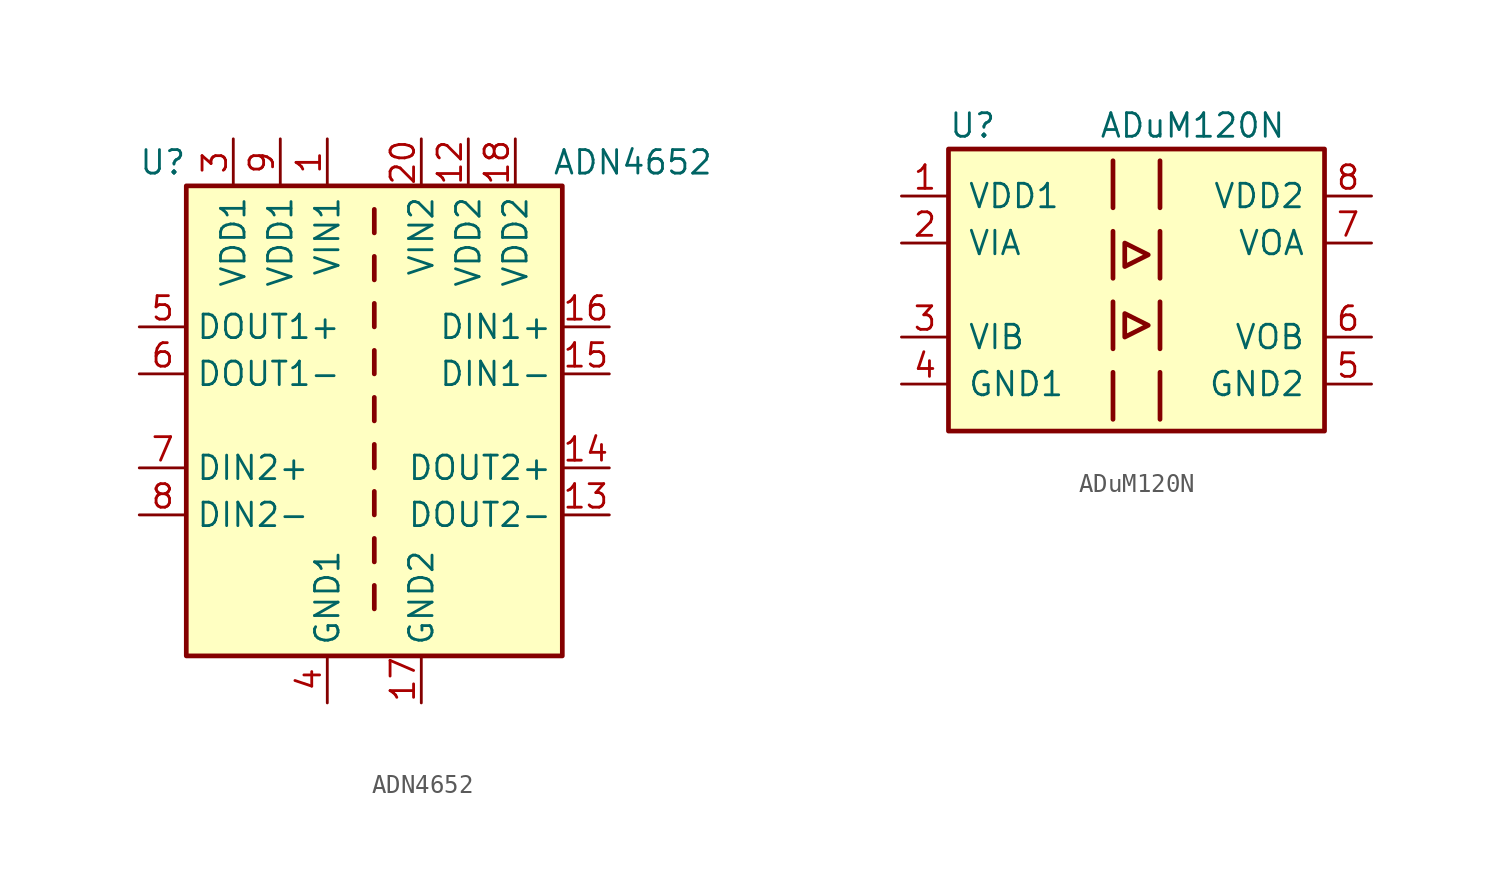
<source format=kicad_sym>
(kicad_symbol_lib
  (version 20201005)
  (generator kicad_symbol_editor)
  (symbol "Isolator_Digital:ADN4652"
    (property "Reference" "U"
      (at -11.43 13.97 0)
      (effects (font (size 1.27 1.27))))
    (property "Value" "ADN4652"
      (at 13.97 13.97 0)
      (effects (font (size 1.27 1.27))))
    (symbol "ADN4652_0_0"
      (pin power_in line (at 5.08 15.24 270) (length 2.54) (name "VDD2" (effects (font (size 1.27 1.27)))) (number "12" (effects (font (size 1.27 1.27)))))
      (pin power_in line (at -5.08 15.24 270) (length 2.54) (name "VDD1" (effects (font (size 1.27 1.27)))) (number "9" (effects (font (size 1.27 1.27))))))
    (symbol "ADN4652_0_1"
      (rectangle (start -10.16 12.7) (end 10.16 -12.7) (stroke (width 0.254)) (fill (type background)))
      (polyline (pts (xy 0 -8.89) (xy 0 -10.16)) (stroke (width 0.254)) (fill (type none)))
      (polyline (pts (xy 0 -6.35) (xy 0 -7.62)) (stroke (width 0.254)) (fill (type none)))
      (polyline (pts (xy 0 -3.81) (xy 0 -5.08)) (stroke (width 0.254)) (fill (type none)))
      (polyline (pts (xy 0 -1.27) (xy 0 -2.54)) (stroke (width 0.254)) (fill (type none)))
      (polyline (pts (xy 0 1.27) (xy 0 0)) (stroke (width 0.254)) (fill (type none)))
      (polyline (pts (xy 0 3.81) (xy 0 2.54)) (stroke (width 0.254)) (fill (type none)))
      (polyline (pts (xy 0 6.35) (xy 0 5.08)) (stroke (width 0.254)) (fill (type none)))
      (polyline (pts (xy 0 8.89) (xy 0 7.62)) (stroke (width 0.254)) (fill (type none)))
      (polyline (pts (xy 0 11.43) (xy 0 10.16)) (stroke (width 0.254)) (fill (type none))))
    (symbol "ADN4652_1_1"
      (pin power_in line (at -2.54 15.24 270) (length 2.54) (name "VIN1" (effects (font (size 1.27 1.27)))) (number "1" (effects (font (size 1.27 1.27)))))
      (pin passive line (at -2.54 -15.24 90) (length 2.54) hide (name "GND1" (effects (font (size 1.27 1.27)))) (number "10" (effects (font (size 1.27 1.27)))))
      (pin passive line (at 2.54 -15.24 90) (length 2.54) hide (name "GND2" (effects (font (size 1.27 1.27)))) (number "11" (effects (font (size 1.27 1.27)))))
      (pin output line (at 12.7 -5.08 180) (length 2.54) (name "DOUT2-" (effects (font (size 1.27 1.27)))) (number "13" (effects (font (size 1.27 1.27)))))
      (pin output line (at 12.7 -2.54 180) (length 2.54) (name "DOUT2+" (effects (font (size 1.27 1.27)))) (number "14" (effects (font (size 1.27 1.27)))))
      (pin input line (at 12.7 2.54 180) (length 2.54) (name "DIN1-" (effects (font (size 1.27 1.27)))) (number "15" (effects (font (size 1.27 1.27)))))
      (pin input line (at 12.7 5.08 180) (length 2.54) (name "DIN1+" (effects (font (size 1.27 1.27)))) (number "16" (effects (font (size 1.27 1.27)))))
      (pin power_in line (at 2.54 -15.24 90) (length 2.54) (name "GND2" (effects (font (size 1.27 1.27)))) (number "17" (effects (font (size 1.27 1.27)))))
      (pin power_in line (at 7.62 15.24 270) (length 2.54) (name "VDD2" (effects (font (size 1.27 1.27)))) (number "18" (effects (font (size 1.27 1.27)))))
      (pin passive line (at 2.54 -15.24 90) (length 2.54) hide (name "GND2" (effects (font (size 1.27 1.27)))) (number "19" (effects (font (size 1.27 1.27)))))
      (pin passive line (at -2.54 -15.24 90) (length 2.54) hide (name "GND1" (effects (font (size 1.27 1.27)))) (number "2" (effects (font (size 1.27 1.27)))))
      (pin power_in line (at 2.54 15.24 270) (length 2.54) (name "VIN2" (effects (font (size 1.27 1.27)))) (number "20" (effects (font (size 1.27 1.27)))))
      (pin power_in line (at -7.62 15.24 270) (length 2.54) (name "VDD1" (effects (font (size 1.27 1.27)))) (number "3" (effects (font (size 1.27 1.27)))))
      (pin power_in line (at -2.54 -15.24 90) (length 2.54) (name "GND1" (effects (font (size 1.27 1.27)))) (number "4" (effects (font (size 1.27 1.27)))))
      (pin output line (at -12.7 5.08 0) (length 2.54) (name "DOUT1+" (effects (font (size 1.27 1.27)))) (number "5" (effects (font (size 1.27 1.27)))))
      (pin output line (at -12.7 2.54 0) (length 2.54) (name "DOUT1-" (effects (font (size 1.27 1.27)))) (number "6" (effects (font (size 1.27 1.27)))))
      (pin input line (at -12.7 -2.54 0) (length 2.54) (name "DIN2+" (effects (font (size 1.27 1.27)))) (number "7" (effects (font (size 1.27 1.27)))))
      (pin input line (at -12.7 -5.08 0) (length 2.54) (name "DIN2-" (effects (font (size 1.27 1.27)))) (number "8" (effects (font (size 1.27 1.27)))))))
  (symbol "Isolator_Digital:ADuM120N"
    (pin_names
      (offset 1.016))
    (property "Reference" "U"
      (at -10.16 8.89 0)
      (effects (font (size 1.27 1.27)) (justify left)))
    (property "Value" "ADuM120N"
      (at -2.032 8.89 0)
      (effects (font (size 1.27 1.27)) (justify left)))
    (symbol "ADuM120N_0_1"
      (rectangle (start -10.16 7.62) (end 10.16 -7.62) (stroke (width 0.254)) (fill (type background)))
      (polyline (pts (xy -1.27 -4.445) (xy -1.27 -6.985)) (stroke (width 0.254)) (fill (type none)))
      (polyline (pts (xy -1.27 -0.635) (xy -1.27 -3.175)) (stroke (width 0.254)) (fill (type none)))
      (polyline (pts (xy -1.27 3.175) (xy -1.27 0.635)) (stroke (width 0.254)) (fill (type none)))
      (polyline (pts (xy -1.27 6.985) (xy -1.27 4.445)) (stroke (width 0.254)) (fill (type none)))
      (polyline (pts (xy 1.27 -4.445) (xy 1.27 -6.985)) (stroke (width 0.254)) (fill (type none)))
      (polyline (pts (xy 1.27 -0.635) (xy 1.27 -3.175)) (stroke (width 0.254)) (fill (type none)))
      (polyline (pts (xy 1.27 3.175) (xy 1.27 0.635)) (stroke (width 0.254)) (fill (type none)))
      (polyline (pts (xy 1.27 6.985) (xy 1.27 4.445)) (stroke (width 0.254)) (fill (type none)))
      (polyline (pts (xy -0.635 -1.27) (xy -0.635 -2.54) (xy 0.635 -1.905) (xy -0.635 -1.27)) (stroke (width 0.254)) (fill (type none)))
      (polyline (pts (xy -0.635 1.27) (xy 0.635 1.905) (xy -0.635 2.54) (xy -0.635 1.27)) (stroke (width 0.254)) (fill (type none))))
    (symbol "ADuM120N_1_1"
      (pin power_in line (at -12.7 5.08 0) (length 2.54) (name "VDD1" (effects (font (size 1.27 1.27)))) (number "1" (effects (font (size 1.27 1.27)))))
      (pin input line (at -12.7 2.54 0) (length 2.54) (name "VIA" (effects (font (size 1.27 1.27)))) (number "2" (effects (font (size 1.27 1.27)))))
      (pin input line (at -12.7 -2.54 0) (length 2.54) (name "VIB" (effects (font (size 1.27 1.27)))) (number "3" (effects (font (size 1.27 1.27)))))
      (pin power_in line (at -12.7 -5.08 0) (length 2.54) (name "GND1" (effects (font (size 1.27 1.27)))) (number "4" (effects (font (size 1.27 1.27)))))
      (pin power_in line (at 12.7 -5.08 180) (length 2.54) (name "GND2" (effects (font (size 1.27 1.27)))) (number "5" (effects (font (size 1.27 1.27)))))
      (pin output line (at 12.7 -2.54 180) (length 2.54) (name "VOB" (effects (font (size 1.27 1.27)))) (number "6" (effects (font (size 1.27 1.27)))))
      (pin output line (at 12.7 2.54 180) (length 2.54) (name "VOA" (effects (font (size 1.27 1.27)))) (number "7" (effects (font (size 1.27 1.27)))))
      (pin power_in line (at 12.7 5.08 180) (length 2.54) (name "VDD2" (effects (font (size 1.27 1.27)))) (number "8" (effects (font (size 1.27 1.27))))))))
</source>
